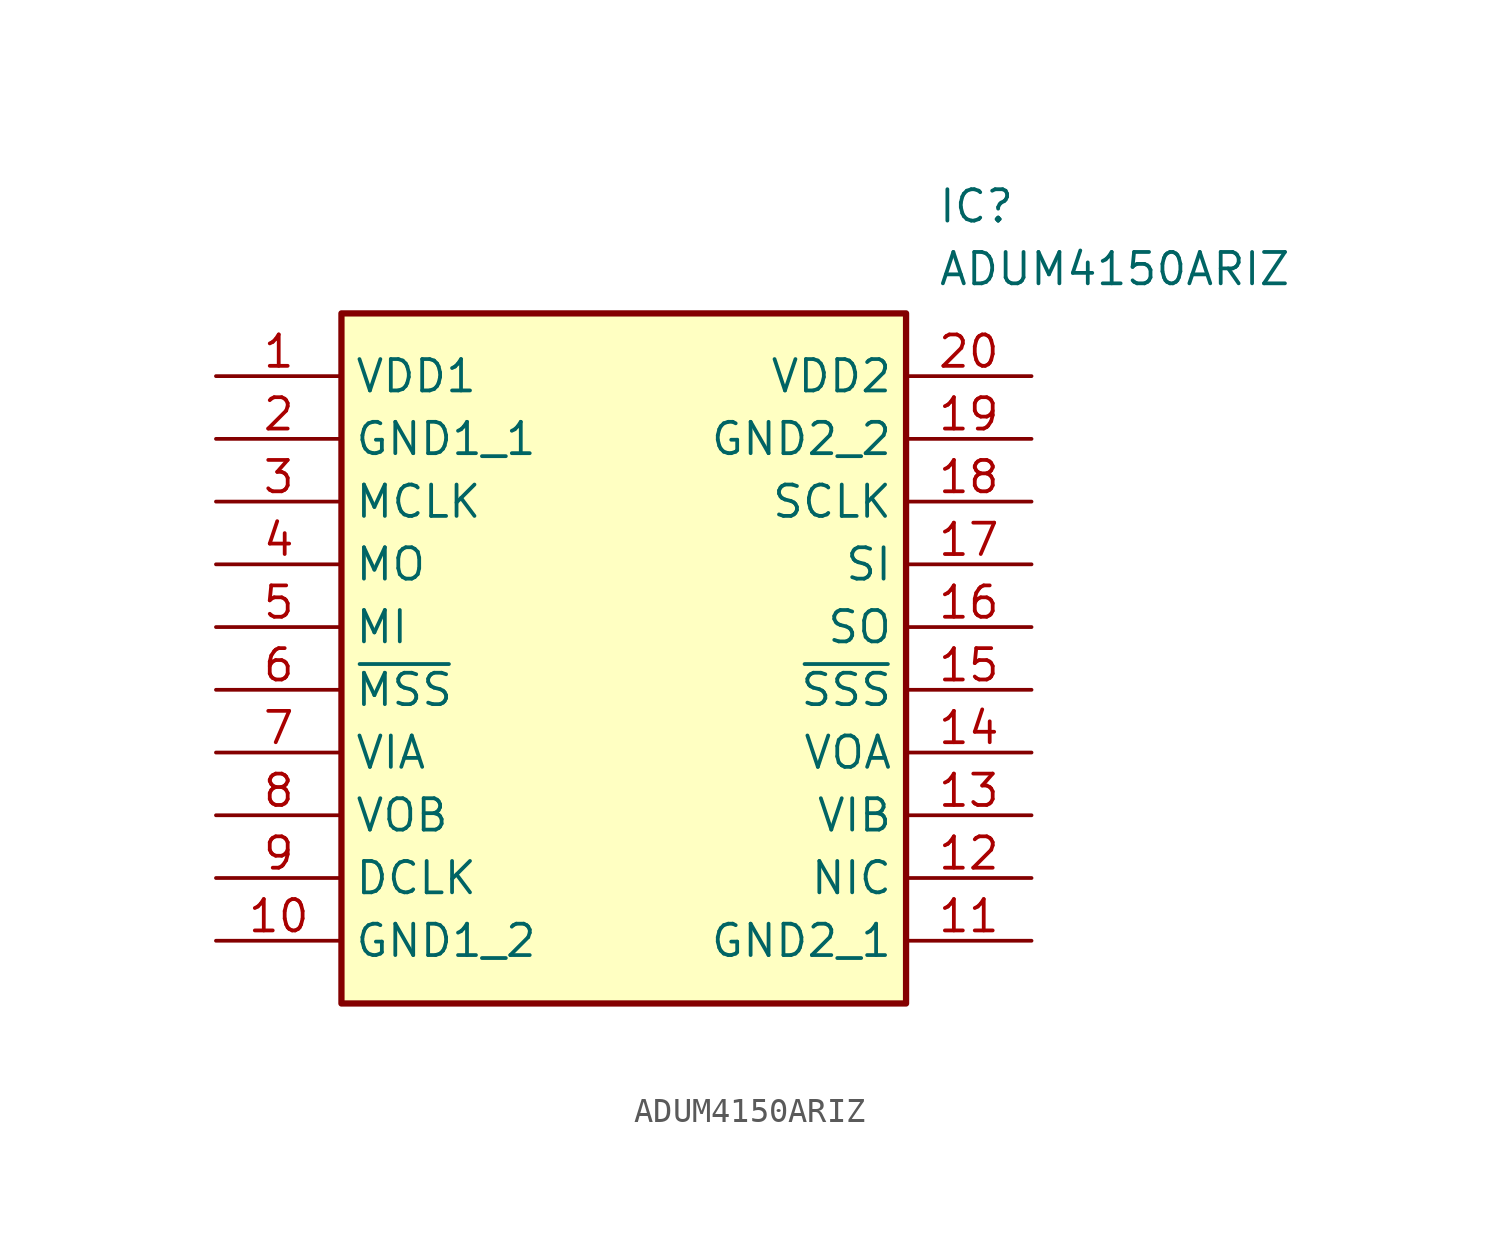
<source format=kicad_sym>
(kicad_symbol_lib
  (version 20211014)
  (generator SamacSys_ECAD_Model)
  (symbol "ADUM4150ARIZ"
    (property "Reference" "IC"
      (at 29.21 7.62 0)
      (effects (font (size 1.27 1.27)) (justify left top)))
    (property "Value" "ADUM4150ARIZ"
      (at 29.21 5.08 0)
      (effects (font (size 1.27 1.27)) (justify left top)))
    (rectangle
      (start 5.08 2.54)
      (end 27.94 -25.4)
      (stroke (width 0.254) (type default))
      (fill (type background)))
    (pin passive line
      (at 0 0 0)
      (length 5.08)
      (name "VDD1" (effects (font (size 1.27 1.27))))
      (number "1" (effects (font (size 1.27 1.27)))))
    (pin passive line
      (at 0 -2.54 0)
      (length 5.08)
      (name "GND1_1" (effects (font (size 1.27 1.27))))
      (number "2" (effects (font (size 1.27 1.27)))))
    (pin passive line
      (at 0 -5.08 0)
      (length 5.08)
      (name "MCLK" (effects (font (size 1.27 1.27))))
      (number "3" (effects (font (size 1.27 1.27)))))
    (pin passive line
      (at 0 -7.62 0)
      (length 5.08)
      (name "MO" (effects (font (size 1.27 1.27))))
      (number "4" (effects (font (size 1.27 1.27)))))
    (pin passive line
      (at 0 -10.16 0)
      (length 5.08)
      (name "MI" (effects (font (size 1.27 1.27))))
      (number "5" (effects (font (size 1.27 1.27)))))
    (pin passive line
      (at 0 -12.7 0)
      (length 5.08)
      (name "~{MSS}" (effects (font (size 1.27 1.27))))
      (number "6" (effects (font (size 1.27 1.27)))))
    (pin passive line
      (at 0 -15.24 0)
      (length 5.08)
      (name "VIA" (effects (font (size 1.27 1.27))))
      (number "7" (effects (font (size 1.27 1.27)))))
    (pin passive line
      (at 0 -17.78 0)
      (length 5.08)
      (name "VOB" (effects (font (size 1.27 1.27))))
      (number "8" (effects (font (size 1.27 1.27)))))
    (pin passive line
      (at 0 -20.32 0)
      (length 5.08)
      (name "DCLK" (effects (font (size 1.27 1.27))))
      (number "9" (effects (font (size 1.27 1.27)))))
    (pin passive line
      (at 0 -22.86 0)
      (length 5.08)
      (name "GND1_2" (effects (font (size 1.27 1.27))))
      (number "10" (effects (font (size 1.27 1.27)))))
    (pin passive line
      (at 33.02 0 180)
      (length 5.08)
      (name "VDD2" (effects (font (size 1.27 1.27))))
      (number "20" (effects (font (size 1.27 1.27)))))
    (pin passive line
      (at 33.02 -2.54 180)
      (length 5.08)
      (name "GND2_2" (effects (font (size 1.27 1.27))))
      (number "19" (effects (font (size 1.27 1.27)))))
    (pin passive line
      (at 33.02 -5.08 180)
      (length 5.08)
      (name "SCLK" (effects (font (size 1.27 1.27))))
      (number "18" (effects (font (size 1.27 1.27)))))
    (pin passive line
      (at 33.02 -7.62 180)
      (length 5.08)
      (name "SI" (effects (font (size 1.27 1.27))))
      (number "17" (effects (font (size 1.27 1.27)))))
    (pin passive line
      (at 33.02 -10.16 180)
      (length 5.08)
      (name "SO" (effects (font (size 1.27 1.27))))
      (number "16" (effects (font (size 1.27 1.27)))))
    (pin passive line
      (at 33.02 -12.7 180)
      (length 5.08)
      (name "~{SSS}" (effects (font (size 1.27 1.27))))
      (number "15" (effects (font (size 1.27 1.27)))))
    (pin passive line
      (at 33.02 -15.24 180)
      (length 5.08)
      (name "VOA" (effects (font (size 1.27 1.27))))
      (number "14" (effects (font (size 1.27 1.27)))))
    (pin passive line
      (at 33.02 -17.78 180)
      (length 5.08)
      (name "VIB" (effects (font (size 1.27 1.27))))
      (number "13" (effects (font (size 1.27 1.27)))))
    (pin passive line
      (at 33.02 -20.32 180)
      (length 5.08)
      (name "NIC" (effects (font (size 1.27 1.27))))
      (number "12" (effects (font (size 1.27 1.27)))))
    (pin passive line
      (at 33.02 -22.86 180)
      (length 5.08)
      (name "GND2_1" (effects (font (size 1.27 1.27))))
      (number "11" (effects (font (size 1.27 1.27)))))))
</source>
